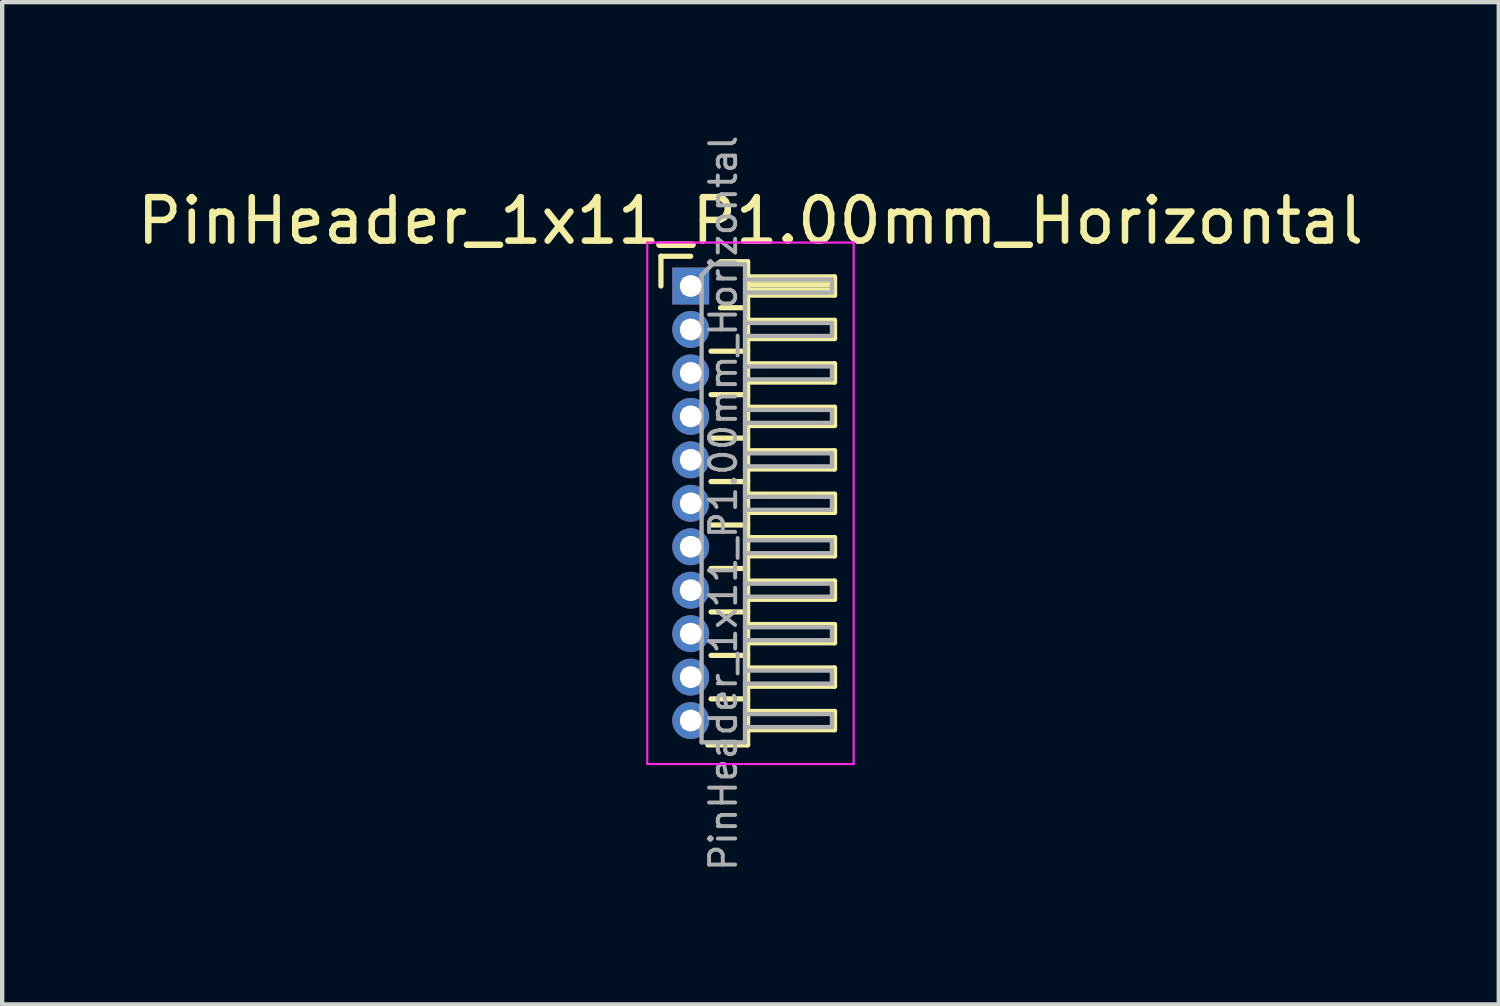
<source format=kicad_pcb>
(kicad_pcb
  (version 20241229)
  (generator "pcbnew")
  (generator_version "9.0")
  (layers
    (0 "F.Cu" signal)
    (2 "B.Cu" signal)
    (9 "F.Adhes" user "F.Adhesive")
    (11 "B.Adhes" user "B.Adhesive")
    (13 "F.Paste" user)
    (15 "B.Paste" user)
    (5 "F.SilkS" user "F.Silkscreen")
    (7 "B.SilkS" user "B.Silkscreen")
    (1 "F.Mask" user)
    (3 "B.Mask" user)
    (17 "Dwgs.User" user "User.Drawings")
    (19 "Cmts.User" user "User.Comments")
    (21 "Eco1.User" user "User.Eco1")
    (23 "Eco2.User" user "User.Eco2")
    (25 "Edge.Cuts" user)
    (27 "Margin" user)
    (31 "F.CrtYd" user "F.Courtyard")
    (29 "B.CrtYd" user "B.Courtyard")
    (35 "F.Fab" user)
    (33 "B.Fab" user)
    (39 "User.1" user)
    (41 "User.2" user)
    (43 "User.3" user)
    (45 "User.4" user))
  (footprint "PinHeader_1x11_P1.00mm_Horizontal"
    (layer "F.Cu")
    (at 12.845 3.532)
    (property "Reference" "PinHeader_1x11_P1.00mm_Horizontal" (at 1.375 -1.5 0) (layer "F.SilkS") (effects (font (size 1 1) (thickness 0.15))))
    (attr through_hole)
    (fp_line (start -0.685 -0.685) (end 0 -0.685) (stroke (width 0.12) (type solid)) (layer "F.SilkS"))
    (fp_line (start -0.685 0) (end -0.685 -0.685) (stroke (width 0.12) (type solid)) (layer "F.SilkS"))
    (fp_line (start 0.468 1.5) (end 1.31 1.5) (stroke (width 0.12) (type solid)) (layer "F.SilkS"))
    (fp_line (start 0.468 2.5) (end 1.31 2.5) (stroke (width 0.12) (type solid)) (layer "F.SilkS"))
    (fp_line (start 0.468 3.5) (end 1.31 3.5) (stroke (width 0.12) (type solid)) (layer "F.SilkS"))
    (fp_line (start 0.468 4.5) (end 1.31 4.5) (stroke (width 0.12) (type solid)) (layer "F.SilkS"))
    (fp_line (start 0.468 5.5) (end 1.31 5.5) (stroke (width 0.12) (type solid)) (layer "F.SilkS"))
    (fp_line (start 0.468 6.5) (end 1.31 6.5) (stroke (width 0.12) (type solid)) (layer "F.SilkS"))
    (fp_line (start 0.468 7.5) (end 1.31 7.5) (stroke (width 0.12) (type solid)) (layer "F.SilkS"))
    (fp_line (start 0.468 8.5) (end 1.31 8.5) (stroke (width 0.12) (type solid)) (layer "F.SilkS"))
    (fp_line (start 0.468 9.5) (end 1.31 9.5) (stroke (width 0.12) (type solid)) (layer "F.SilkS"))
    (fp_line (start 0.685 -0.56) (end 1.31 -0.56) (stroke (width 0.12) (type solid)) (layer "F.SilkS"))
    (fp_line (start 0.685 0.5) (end 1.31 0.5) (stroke (width 0.12) (type solid)) (layer "F.SilkS"))
    (fp_line (start 1.31 -0.56) (end 1.31 10.56) (stroke (width 0.12) (type solid)) (layer "F.SilkS"))
    (fp_line (start 1.31 -0.21) (end 3.31 -0.21) (stroke (width 0.12) (type solid)) (layer "F.SilkS"))
    (fp_line (start 1.31 -0.15) (end 3.31 -0.15) (stroke (width 0.12) (type solid)) (layer "F.SilkS"))
    (fp_line (start 1.31 -0.03) (end 3.31 -0.03) (stroke (width 0.12) (type solid)) (layer "F.SilkS"))
    (fp_line (start 1.31 0.09) (end 3.31 0.09) (stroke (width 0.12) (type solid)) (layer "F.SilkS"))
    (fp_line (start 1.31 0.79) (end 3.31 0.79) (stroke (width 0.12) (type solid)) (layer "F.SilkS"))
    (fp_line (start 1.31 1.79) (end 3.31 1.79) (stroke (width 0.12) (type solid)) (layer "F.SilkS"))
    (fp_line (start 1.31 2.79) (end 3.31 2.79) (stroke (width 0.12) (type solid)) (layer "F.SilkS"))
    (fp_line (start 1.31 3.79) (end 3.31 3.79) (stroke (width 0.12) (type solid)) (layer "F.SilkS"))
    (fp_line (start 1.31 4.79) (end 3.31 4.79) (stroke (width 0.12) (type solid)) (layer "F.SilkS"))
    (fp_line (start 1.31 5.79) (end 3.31 5.79) (stroke (width 0.12) (type solid)) (layer "F.SilkS"))
    (fp_line (start 1.31 6.79) (end 3.31 6.79) (stroke (width 0.12) (type solid)) (layer "F.SilkS"))
    (fp_line (start 1.31 7.79) (end 3.31 7.79) (stroke (width 0.12) (type solid)) (layer "F.SilkS"))
    (fp_line (start 1.31 8.79) (end 3.31 8.79) (stroke (width 0.12) (type solid)) (layer "F.SilkS"))
    (fp_line (start 1.31 9.79) (end 3.31 9.79) (stroke (width 0.12) (type solid)) (layer "F.SilkS"))
    (fp_line (start 1.31 10.56) (end 0.394 10.56) (stroke (width 0.12) (type solid)) (layer "F.SilkS"))
    (fp_line (start 3.31 -0.21) (end 3.31 0.21) (stroke (width 0.12) (type solid)) (layer "F.SilkS"))
    (fp_line (start 3.31 0.21) (end 1.31 0.21) (stroke (width 0.12) (type solid)) (layer "F.SilkS"))
    (fp_line (start 3.31 0.79) (end 3.31 1.21) (stroke (width 0.12) (type solid)) (layer "F.SilkS"))
    (fp_line (start 3.31 1.21) (end 1.31 1.21) (stroke (width 0.12) (type solid)) (layer "F.SilkS"))
    (fp_line (start 3.31 1.79) (end 3.31 2.21) (stroke (width 0.12) (type solid)) (layer "F.SilkS"))
    (fp_line (start 3.31 2.21) (end 1.31 2.21) (stroke (width 0.12) (type solid)) (layer "F.SilkS"))
    (fp_line (start 3.31 2.79) (end 3.31 3.21) (stroke (width 0.12) (type solid)) (layer "F.SilkS"))
    (fp_line (start 3.31 3.21) (end 1.31 3.21) (stroke (width 0.12) (type solid)) (layer "F.SilkS"))
    (fp_line (start 3.31 3.79) (end 3.31 4.21) (stroke (width 0.12) (type solid)) (layer "F.SilkS"))
    (fp_line (start 3.31 4.21) (end 1.31 4.21) (stroke (width 0.12) (type solid)) (layer "F.SilkS"))
    (fp_line (start 3.31 4.79) (end 3.31 5.21) (stroke (width 0.12) (type solid)) (layer "F.SilkS"))
    (fp_line (start 3.31 5.21) (end 1.31 5.21) (stroke (width 0.12) (type solid)) (layer "F.SilkS"))
    (fp_line (start 3.31 5.79) (end 3.31 6.21) (stroke (width 0.12) (type solid)) (layer "F.SilkS"))
    (fp_line (start 3.31 6.21) (end 1.31 6.21) (stroke (width 0.12) (type solid)) (layer "F.SilkS"))
    (fp_line (start 3.31 6.79) (end 3.31 7.21) (stroke (width 0.12) (type solid)) (layer "F.SilkS"))
    (fp_line (start 3.31 7.21) (end 1.31 7.21) (stroke (width 0.12) (type solid)) (layer "F.SilkS"))
    (fp_line (start 3.31 7.79) (end 3.31 8.21) (stroke (width 0.12) (type solid)) (layer "F.SilkS"))
    (fp_line (start 3.31 8.21) (end 1.31 8.21) (stroke (width 0.12) (type solid)) (layer "F.SilkS"))
    (fp_line (start 3.31 8.79) (end 3.31 9.21) (stroke (width 0.12) (type solid)) (layer "F.SilkS"))
    (fp_line (start 3.31 9.21) (end 1.31 9.21) (stroke (width 0.12) (type solid)) (layer "F.SilkS"))
    (fp_line (start 3.31 9.79) (end 3.31 10.21) (stroke (width 0.12) (type solid)) (layer "F.SilkS"))
    (fp_line (start 3.31 10.21) (end 1.31 10.21) (stroke (width 0.12) (type solid)) (layer "F.SilkS"))
    (fp_line (start -1 -1) (end -1 11) (stroke (width 0.05) (type solid)) (layer "F.CrtYd"))
    (fp_line (start -1 11) (end 3.75 11) (stroke (width 0.05) (type solid)) (layer "F.CrtYd"))
    (fp_line (start 3.75 -1) (end -1 -1) (stroke (width 0.05) (type solid)) (layer "F.CrtYd"))
    (fp_line (start 3.75 11) (end 3.75 -1) (stroke (width 0.05) (type solid)) (layer "F.CrtYd"))
    (fp_line (start -0.15 -0.15) (end -0.15 0.15) (stroke (width 0.1) (type solid)) (layer "F.Fab"))
    (fp_line (start -0.15 -0.15) (end 0.25 -0.15) (stroke (width 0.1) (type solid)) (layer "F.Fab"))
    (fp_line (start -0.15 0.15) (end 0.25 0.15) (stroke (width 0.1) (type solid)) (layer "F.Fab"))
    (fp_line (start -0.15 0.85) (end -0.15 1.15) (stroke (width 0.1) (type solid)) (layer "F.Fab"))
    (fp_line (start -0.15 0.85) (end 0.25 0.85) (stroke (width 0.1) (type solid)) (layer "F.Fab"))
    (fp_line (start -0.15 1.15) (end 0.25 1.15) (stroke (width 0.1) (type solid)) (layer "F.Fab"))
    (fp_line (start -0.15 1.85) (end -0.15 2.15) (stroke (width 0.1) (type solid)) (layer "F.Fab"))
    (fp_line (start -0.15 1.85) (end 0.25 1.85) (stroke (width 0.1) (type solid)) (layer "F.Fab"))
    (fp_line (start -0.15 2.15) (end 0.25 2.15) (stroke (width 0.1) (type solid)) (layer "F.Fab"))
    (fp_line (start -0.15 2.85) (end -0.15 3.15) (stroke (width 0.1) (type solid)) (layer "F.Fab"))
    (fp_line (start -0.15 2.85) (end 0.25 2.85) (stroke (width 0.1) (type solid)) (layer "F.Fab"))
    (fp_line (start -0.15 3.15) (end 0.25 3.15) (stroke (width 0.1) (type solid)) (layer "F.Fab"))
    (fp_line (start -0.15 3.85) (end -0.15 4.15) (stroke (width 0.1) (type solid)) (layer "F.Fab"))
    (fp_line (start -0.15 3.85) (end 0.25 3.85) (stroke (width 0.1) (type solid)) (layer "F.Fab"))
    (fp_line (start -0.15 4.15) (end 0.25 4.15) (stroke (width 0.1) (type solid)) (layer "F.Fab"))
    (fp_line (start -0.15 4.85) (end -0.15 5.15) (stroke (width 0.1) (type solid)) (layer "F.Fab"))
    (fp_line (start -0.15 4.85) (end 0.25 4.85) (stroke (width 0.1) (type solid)) (layer "F.Fab"))
    (fp_line (start -0.15 5.15) (end 0.25 5.15) (stroke (width 0.1) (type solid)) (layer "F.Fab"))
    (fp_line (start -0.15 5.85) (end -0.15 6.15) (stroke (width 0.1) (type solid)) (layer "F.Fab"))
    (fp_line (start -0.15 5.85) (end 0.25 5.85) (stroke (width 0.1) (type solid)) (layer "F.Fab"))
    (fp_line (start -0.15 6.15) (end 0.25 6.15) (stroke (width 0.1) (type solid)) (layer "F.Fab"))
    (fp_line (start -0.15 6.85) (end -0.15 7.15) (stroke (width 0.1) (type solid)) (layer "F.Fab"))
    (fp_line (start -0.15 6.85) (end 0.25 6.85) (stroke (width 0.1) (type solid)) (layer "F.Fab"))
    (fp_line (start -0.15 7.15) (end 0.25 7.15) (stroke (width 0.1) (type solid)) (layer "F.Fab"))
    (fp_line (start -0.15 7.85) (end -0.15 8.15) (stroke (width 0.1) (type solid)) (layer "F.Fab"))
    (fp_line (start -0.15 7.85) (end 0.25 7.85) (stroke (width 0.1) (type solid)) (layer "F.Fab"))
    (fp_line (start -0.15 8.15) (end 0.25 8.15) (stroke (width 0.1) (type solid)) (layer "F.Fab"))
    (fp_line (start -0.15 8.85) (end -0.15 9.15) (stroke (width 0.1) (type solid)) (layer "F.Fab"))
    (fp_line (start -0.15 8.85) (end 0.25 8.85) (stroke (width 0.1) (type solid)) (layer "F.Fab"))
    (fp_line (start -0.15 9.15) (end 0.25 9.15) (stroke (width 0.1) (type solid)) (layer "F.Fab"))
    (fp_line (start -0.15 9.85) (end -0.15 10.15) (stroke (width 0.1) (type solid)) (layer "F.Fab"))
    (fp_line (start -0.15 9.85) (end 0.25 9.85) (stroke (width 0.1) (type solid)) (layer "F.Fab"))
    (fp_line (start -0.15 10.15) (end 0.25 10.15) (stroke (width 0.1) (type solid)) (layer "F.Fab"))
    (fp_line (start 0.25 -0.25) (end 0.5 -0.5) (stroke (width 0.1) (type solid)) (layer "F.Fab"))
    (fp_line (start 0.25 10.5) (end 0.25 -0.25) (stroke (width 0.1) (type solid)) (layer "F.Fab"))
    (fp_line (start 0.5 -0.5) (end 1.25 -0.5) (stroke (width 0.1) (type solid)) (layer "F.Fab"))
    (fp_line (start 1.25 -0.5) (end 1.25 10.5) (stroke (width 0.1) (type solid)) (layer "F.Fab"))
    (fp_line (start 1.25 -0.15) (end 3.25 -0.15) (stroke (width 0.1) (type solid)) (layer "F.Fab"))
    (fp_line (start 1.25 0.15) (end 3.25 0.15) (stroke (width 0.1) (type solid)) (layer "F.Fab"))
    (fp_line (start 1.25 0.85) (end 3.25 0.85) (stroke (width 0.1) (type solid)) (layer "F.Fab"))
    (fp_line (start 1.25 1.15) (end 3.25 1.15) (stroke (width 0.1) (type solid)) (layer "F.Fab"))
    (fp_line (start 1.25 1.85) (end 3.25 1.85) (stroke (width 0.1) (type solid)) (layer "F.Fab"))
    (fp_line (start 1.25 2.15) (end 3.25 2.15) (stroke (width 0.1) (type solid)) (layer "F.Fab"))
    (fp_line (start 1.25 2.85) (end 3.25 2.85) (stroke (width 0.1) (type solid)) (layer "F.Fab"))
    (fp_line (start 1.25 3.15) (end 3.25 3.15) (stroke (width 0.1) (type solid)) (layer "F.Fab"))
    (fp_line (start 1.25 3.85) (end 3.25 3.85) (stroke (width 0.1) (type solid)) (layer "F.Fab"))
    (fp_line (start 1.25 4.15) (end 3.25 4.15) (stroke (width 0.1) (type solid)) (layer "F.Fab"))
    (fp_line (start 1.25 4.85) (end 3.25 4.85) (stroke (width 0.1) (type solid)) (layer "F.Fab"))
    (fp_line (start 1.25 5.15) (end 3.25 5.15) (stroke (width 0.1) (type solid)) (layer "F.Fab"))
    (fp_line (start 1.25 5.85) (end 3.25 5.85) (stroke (width 0.1) (type solid)) (layer "F.Fab"))
    (fp_line (start 1.25 6.15) (end 3.25 6.15) (stroke (width 0.1) (type solid)) (layer "F.Fab"))
    (fp_line (start 1.25 6.85) (end 3.25 6.85) (stroke (width 0.1) (type solid)) (layer "F.Fab"))
    (fp_line (start 1.25 7.15) (end 3.25 7.15) (stroke (width 0.1) (type solid)) (layer "F.Fab"))
    (fp_line (start 1.25 7.85) (end 3.25 7.85) (stroke (width 0.1) (type solid)) (layer "F.Fab"))
    (fp_line (start 1.25 8.15) (end 3.25 8.15) (stroke (width 0.1) (type solid)) (layer "F.Fab"))
    (fp_line (start 1.25 8.85) (end 3.25 8.85) (stroke (width 0.1) (type solid)) (layer "F.Fab"))
    (fp_line (start 1.25 9.15) (end 3.25 9.15) (stroke (width 0.1) (type solid)) (layer "F.Fab"))
    (fp_line (start 1.25 9.85) (end 3.25 9.85) (stroke (width 0.1) (type solid)) (layer "F.Fab"))
    (fp_line (start 1.25 10.15) (end 3.25 10.15) (stroke (width 0.1) (type solid)) (layer "F.Fab"))
    (fp_line (start 1.25 10.5) (end 0.25 10.5) (stroke (width 0.1) (type solid)) (layer "F.Fab"))
    (fp_line (start 3.25 -0.15) (end 3.25 0.15) (stroke (width 0.1) (type solid)) (layer "F.Fab"))
    (fp_line (start 3.25 0.85) (end 3.25 1.15) (stroke (width 0.1) (type solid)) (layer "F.Fab"))
    (fp_line (start 3.25 1.85) (end 3.25 2.15) (stroke (width 0.1) (type solid)) (layer "F.Fab"))
    (fp_line (start 3.25 2.85) (end 3.25 3.15) (stroke (width 0.1) (type solid)) (layer "F.Fab"))
    (fp_line (start 3.25 3.85) (end 3.25 4.15) (stroke (width 0.1) (type solid)) (layer "F.Fab"))
    (fp_line (start 3.25 4.85) (end 3.25 5.15) (stroke (width 0.1) (type solid)) (layer "F.Fab"))
    (fp_line (start 3.25 5.85) (end 3.25 6.15) (stroke (width 0.1) (type solid)) (layer "F.Fab"))
    (fp_line (start 3.25 6.85) (end 3.25 7.15) (stroke (width 0.1) (type solid)) (layer "F.Fab"))
    (fp_line (start 3.25 7.85) (end 3.25 8.15) (stroke (width 0.1) (type solid)) (layer "F.Fab"))
    (fp_line (start 3.25 8.85) (end 3.25 9.15) (stroke (width 0.1) (type solid)) (layer "F.Fab"))
    (fp_line (start 3.25 9.85) (end 3.25 10.15) (stroke (width 0.1) (type solid)) (layer "F.Fab"))
    (fp_text user "${REFERENCE}" (at 0.75 5 90) (layer "F.Fab") (effects (font (size 0.6 0.6) (thickness 0.09))))
    (pad "1" thru_hole rect (at 0 0) (size 0.85 0.85) (drill 0.5) (layers "*.Cu" "*.Mask"))
    (pad "2" thru_hole oval (at 0 1) (size 0.85 0.85) (drill 0.5) (layers "*.Cu" "*.Mask"))
    (pad "3" thru_hole oval (at 0 2) (size 0.85 0.85) (drill 0.5) (layers "*.Cu" "*.Mask"))
    (pad "4" thru_hole oval (at 0 3) (size 0.85 0.85) (drill 0.5) (layers "*.Cu" "*.Mask"))
    (pad "5" thru_hole oval (at 0 4) (size 0.85 0.85) (drill 0.5) (layers "*.Cu" "*.Mask"))
    (pad "6" thru_hole oval (at 0 5) (size 0.85 0.85) (drill 0.5) (layers "*.Cu" "*.Mask"))
    (pad "7" thru_hole oval (at 0 6) (size 0.85 0.85) (drill 0.5) (layers "*.Cu" "*.Mask"))
    (pad "8" thru_hole oval (at 0 7) (size 0.85 0.85) (drill 0.5) (layers "*.Cu" "*.Mask"))
    (pad "9" thru_hole oval (at 0 8) (size 0.85 0.85) (drill 0.5) (layers "*.Cu" "*.Mask"))
    (pad "10" thru_hole oval (at 0 9) (size 0.85 0.85) (drill 0.5) (layers "*.Cu" "*.Mask"))
    (pad "11" thru_hole oval (at 0 10) (size 0.85 0.85) (drill 0.5) (layers "*.Cu" "*.Mask")))
  (gr_rect
    (start -3 -3)
    (end 31.44 20.064)
    (stroke (width 0.1) (type default))
    (fill no)
    (layer "Edge.Cuts")))
</source>
